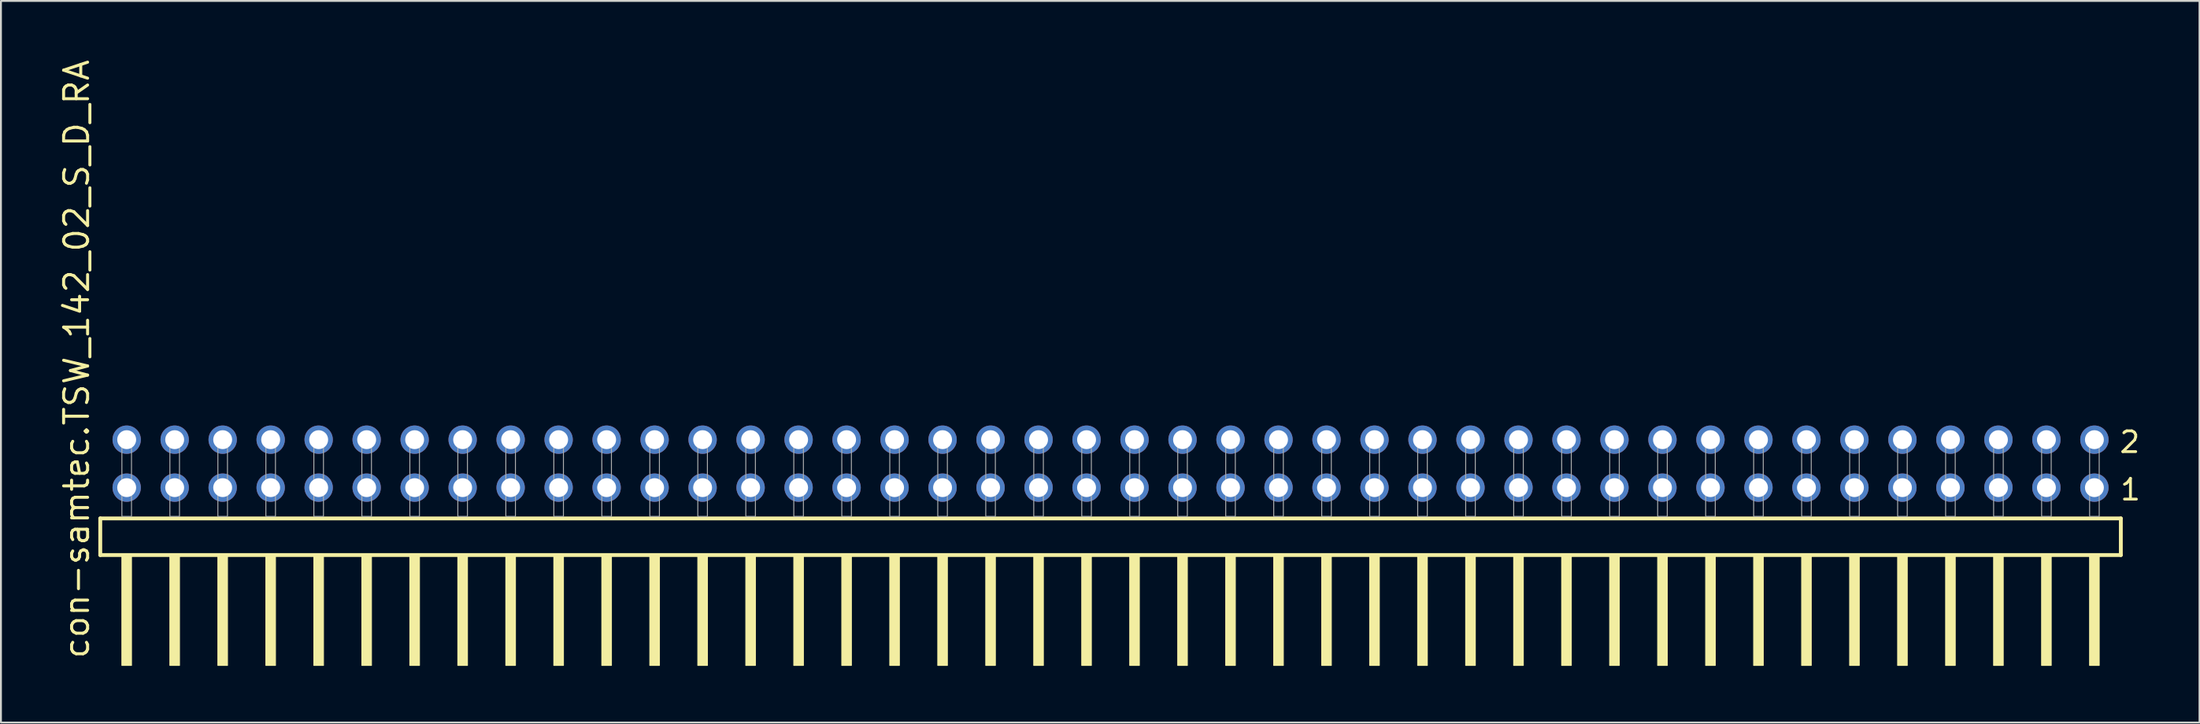
<source format=kicad_pcb>
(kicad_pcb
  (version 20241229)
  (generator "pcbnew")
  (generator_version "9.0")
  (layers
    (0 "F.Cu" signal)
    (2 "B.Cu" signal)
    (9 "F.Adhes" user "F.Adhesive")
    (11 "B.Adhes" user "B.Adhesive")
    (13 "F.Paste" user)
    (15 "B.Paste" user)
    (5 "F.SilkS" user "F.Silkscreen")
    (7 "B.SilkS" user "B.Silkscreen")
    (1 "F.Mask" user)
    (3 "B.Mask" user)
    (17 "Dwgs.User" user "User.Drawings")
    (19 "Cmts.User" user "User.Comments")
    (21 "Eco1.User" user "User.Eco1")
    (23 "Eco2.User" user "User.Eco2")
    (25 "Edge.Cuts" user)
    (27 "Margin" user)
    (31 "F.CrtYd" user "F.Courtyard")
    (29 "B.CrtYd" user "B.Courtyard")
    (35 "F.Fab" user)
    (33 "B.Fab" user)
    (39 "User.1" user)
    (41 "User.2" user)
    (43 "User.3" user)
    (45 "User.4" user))
  (footprint "con-samtec.TSW_142_02_S_D_RA"
    (layer "F.Cu")
    (at 55.725 24.296)
    (property "Reference" "con-samtec.TSW_142_02_S_D_RA" (at -53.975 7.62 90) (layer "F.SilkS") (effects (font (size 1.27 1.27) (thickness 0.16)) (justify left bottom)))
    (attr through_hole)
    (fp_line (start -53.469 0.106) (end -53.469 2.046) (stroke (width 0.203) (type default)) (layer "F.SilkS"))
    (fp_line (start -53.469 2.046) (end 53.469 2.046) (stroke (width 0.203) (type default)) (layer "F.SilkS"))
    (fp_line (start 53.469 0.106) (end -53.469 0.106) (stroke (width 0.203) (type default)) (layer "F.SilkS"))
    (fp_line (start 53.469 2.046) (end 53.469 0.106) (stroke (width 0.203) (type default)) (layer "F.SilkS"))
    (fp_rect (start -52.324 7.89) (end -51.816 2.04) (stroke (width 0.05) (type default)) (fill yes) (layer "F.SilkS"))
    (fp_rect (start -49.784 7.89) (end -49.276 2.04) (stroke (width 0.05) (type default)) (fill yes) (layer "F.SilkS"))
    (fp_rect (start -47.244 7.89) (end -46.736 2.04) (stroke (width 0.05) (type default)) (fill yes) (layer "F.SilkS"))
    (fp_rect (start -44.704 7.89) (end -44.196 2.04) (stroke (width 0.05) (type default)) (fill yes) (layer "F.SilkS"))
    (fp_rect (start -42.164 7.89) (end -41.656 2.04) (stroke (width 0.05) (type default)) (fill yes) (layer "F.SilkS"))
    (fp_rect (start -39.624 7.89) (end -39.116 2.04) (stroke (width 0.05) (type default)) (fill yes) (layer "F.SilkS"))
    (fp_rect (start -37.084 7.89) (end -36.576 2.04) (stroke (width 0.05) (type default)) (fill yes) (layer "F.SilkS"))
    (fp_rect (start -34.544 7.89) (end -34.036 2.04) (stroke (width 0.05) (type default)) (fill yes) (layer "F.SilkS"))
    (fp_rect (start -32.004 7.89) (end -31.496 2.04) (stroke (width 0.05) (type default)) (fill yes) (layer "F.SilkS"))
    (fp_rect (start -29.464 7.89) (end -28.956 2.04) (stroke (width 0.05) (type default)) (fill yes) (layer "F.SilkS"))
    (fp_rect (start -26.924 7.89) (end -26.416 2.04) (stroke (width 0.05) (type default)) (fill yes) (layer "F.SilkS"))
    (fp_rect (start -24.384 7.89) (end -23.876 2.04) (stroke (width 0.05) (type default)) (fill yes) (layer "F.SilkS"))
    (fp_rect (start -21.844 7.89) (end -21.336 2.04) (stroke (width 0.05) (type default)) (fill yes) (layer "F.SilkS"))
    (fp_rect (start -19.304 7.89) (end -18.796 2.04) (stroke (width 0.05) (type default)) (fill yes) (layer "F.SilkS"))
    (fp_rect (start -16.764 7.89) (end -16.256 2.04) (stroke (width 0.05) (type default)) (fill yes) (layer "F.SilkS"))
    (fp_rect (start -14.224 7.89) (end -13.716 2.04) (stroke (width 0.05) (type default)) (fill yes) (layer "F.SilkS"))
    (fp_rect (start -11.684 7.89) (end -11.176 2.04) (stroke (width 0.05) (type default)) (fill yes) (layer "F.SilkS"))
    (fp_rect (start -9.144 7.89) (end -8.636 2.04) (stroke (width 0.05) (type default)) (fill yes) (layer "F.SilkS"))
    (fp_rect (start -6.604 7.89) (end -6.096 2.04) (stroke (width 0.05) (type default)) (fill yes) (layer "F.SilkS"))
    (fp_rect (start -4.064 7.89) (end -3.556 2.04) (stroke (width 0.05) (type default)) (fill yes) (layer "F.SilkS"))
    (fp_rect (start -1.524 7.89) (end -1.016 2.04) (stroke (width 0.05) (type default)) (fill yes) (layer "F.SilkS"))
    (fp_rect (start 1.016 7.89) (end 1.524 2.04) (stroke (width 0.05) (type default)) (fill yes) (layer "F.SilkS"))
    (fp_rect (start 3.556 7.89) (end 4.064 2.04) (stroke (width 0.05) (type default)) (fill yes) (layer "F.SilkS"))
    (fp_rect (start 6.096 7.89) (end 6.604 2.04) (stroke (width 0.05) (type default)) (fill yes) (layer "F.SilkS"))
    (fp_rect (start 8.636 7.89) (end 9.144 2.04) (stroke (width 0.05) (type default)) (fill yes) (layer "F.SilkS"))
    (fp_rect (start 11.176 7.89) (end 11.684 2.04) (stroke (width 0.05) (type default)) (fill yes) (layer "F.SilkS"))
    (fp_rect (start 13.716 7.89) (end 14.224 2.04) (stroke (width 0.05) (type default)) (fill yes) (layer "F.SilkS"))
    (fp_rect (start 16.256 7.89) (end 16.764 2.04) (stroke (width 0.05) (type default)) (fill yes) (layer "F.SilkS"))
    (fp_rect (start 18.796 7.89) (end 19.304 2.04) (stroke (width 0.05) (type default)) (fill yes) (layer "F.SilkS"))
    (fp_rect (start 21.336 7.89) (end 21.844 2.04) (stroke (width 0.05) (type default)) (fill yes) (layer "F.SilkS"))
    (fp_rect (start 23.876 7.89) (end 24.384 2.04) (stroke (width 0.05) (type default)) (fill yes) (layer "F.SilkS"))
    (fp_rect (start 26.416 7.89) (end 26.924 2.04) (stroke (width 0.05) (type default)) (fill yes) (layer "F.SilkS"))
    (fp_rect (start 28.956 7.89) (end 29.464 2.04) (stroke (width 0.05) (type default)) (fill yes) (layer "F.SilkS"))
    (fp_rect (start 31.496 7.89) (end 32.004 2.04) (stroke (width 0.05) (type default)) (fill yes) (layer "F.SilkS"))
    (fp_rect (start 34.036 7.89) (end 34.544 2.04) (stroke (width 0.05) (type default)) (fill yes) (layer "F.SilkS"))
    (fp_rect (start 36.576 7.89) (end 37.084 2.04) (stroke (width 0.05) (type default)) (fill yes) (layer "F.SilkS"))
    (fp_rect (start 39.116 7.89) (end 39.624 2.04) (stroke (width 0.05) (type default)) (fill yes) (layer "F.SilkS"))
    (fp_rect (start 41.656 7.89) (end 42.164 2.04) (stroke (width 0.05) (type default)) (fill yes) (layer "F.SilkS"))
    (fp_rect (start 44.196 7.89) (end 44.704 2.04) (stroke (width 0.05) (type default)) (fill yes) (layer "F.SilkS"))
    (fp_rect (start 46.736 7.89) (end 47.244 2.04) (stroke (width 0.05) (type default)) (fill yes) (layer "F.SilkS"))
    (fp_rect (start 49.276 7.89) (end 49.784 2.04) (stroke (width 0.05) (type default)) (fill yes) (layer "F.SilkS"))
    (fp_rect (start 51.816 7.89) (end 52.324 2.04) (stroke (width 0.05) (type default)) (fill yes) (layer "F.SilkS"))
    (fp_rect (start -52.324 0) (end -51.816 -4.318) (stroke (width 0.05) (type default)) (fill no) (layer "F.Fab"))
    (fp_rect (start -49.784 0) (end -49.276 -4.318) (stroke (width 0.05) (type default)) (fill no) (layer "F.Fab"))
    (fp_rect (start -47.244 0) (end -46.736 -4.318) (stroke (width 0.05) (type default)) (fill no) (layer "F.Fab"))
    (fp_rect (start -44.704 0) (end -44.196 -4.318) (stroke (width 0.05) (type default)) (fill no) (layer "F.Fab"))
    (fp_rect (start -42.164 0) (end -41.656 -4.318) (stroke (width 0.05) (type default)) (fill no) (layer "F.Fab"))
    (fp_rect (start -39.624 0) (end -39.116 -4.318) (stroke (width 0.05) (type default)) (fill no) (layer "F.Fab"))
    (fp_rect (start -37.084 0) (end -36.576 -4.318) (stroke (width 0.05) (type default)) (fill no) (layer "F.Fab"))
    (fp_rect (start -34.544 0) (end -34.036 -4.318) (stroke (width 0.05) (type default)) (fill no) (layer "F.Fab"))
    (fp_rect (start -32.004 0) (end -31.496 -4.318) (stroke (width 0.05) (type default)) (fill no) (layer "F.Fab"))
    (fp_rect (start -29.464 0) (end -28.956 -4.318) (stroke (width 0.05) (type default)) (fill no) (layer "F.Fab"))
    (fp_rect (start -26.924 0) (end -26.416 -4.318) (stroke (width 0.05) (type default)) (fill no) (layer "F.Fab"))
    (fp_rect (start -24.384 0) (end -23.876 -4.318) (stroke (width 0.05) (type default)) (fill no) (layer "F.Fab"))
    (fp_rect (start -21.844 0) (end -21.336 -4.318) (stroke (width 0.05) (type default)) (fill no) (layer "F.Fab"))
    (fp_rect (start -19.304 0) (end -18.796 -4.318) (stroke (width 0.05) (type default)) (fill no) (layer "F.Fab"))
    (fp_rect (start -16.764 0) (end -16.256 -4.318) (stroke (width 0.05) (type default)) (fill no) (layer "F.Fab"))
    (fp_rect (start -14.224 0) (end -13.716 -4.318) (stroke (width 0.05) (type default)) (fill no) (layer "F.Fab"))
    (fp_rect (start -11.684 0) (end -11.176 -4.318) (stroke (width 0.05) (type default)) (fill no) (layer "F.Fab"))
    (fp_rect (start -9.144 0) (end -8.636 -4.318) (stroke (width 0.05) (type default)) (fill no) (layer "F.Fab"))
    (fp_rect (start -6.604 0) (end -6.096 -4.318) (stroke (width 0.05) (type default)) (fill no) (layer "F.Fab"))
    (fp_rect (start -4.064 0) (end -3.556 -4.318) (stroke (width 0.05) (type default)) (fill no) (layer "F.Fab"))
    (fp_rect (start -1.524 0) (end -1.016 -4.318) (stroke (width 0.05) (type default)) (fill no) (layer "F.Fab"))
    (fp_rect (start 1.016 0) (end 1.524 -4.318) (stroke (width 0.05) (type default)) (fill no) (layer "F.Fab"))
    (fp_rect (start 3.556 0) (end 4.064 -4.318) (stroke (width 0.05) (type default)) (fill no) (layer "F.Fab"))
    (fp_rect (start 6.096 0) (end 6.604 -4.318) (stroke (width 0.05) (type default)) (fill no) (layer "F.Fab"))
    (fp_rect (start 8.636 0) (end 9.144 -4.318) (stroke (width 0.05) (type default)) (fill no) (layer "F.Fab"))
    (fp_rect (start 11.176 0) (end 11.684 -4.318) (stroke (width 0.05) (type default)) (fill no) (layer "F.Fab"))
    (fp_rect (start 13.716 0) (end 14.224 -4.318) (stroke (width 0.05) (type default)) (fill no) (layer "F.Fab"))
    (fp_rect (start 16.256 0) (end 16.764 -4.318) (stroke (width 0.05) (type default)) (fill no) (layer "F.Fab"))
    (fp_rect (start 18.796 0) (end 19.304 -4.318) (stroke (width 0.05) (type default)) (fill no) (layer "F.Fab"))
    (fp_rect (start 21.336 0) (end 21.844 -4.318) (stroke (width 0.05) (type default)) (fill no) (layer "F.Fab"))
    (fp_rect (start 23.876 0) (end 24.384 -4.318) (stroke (width 0.05) (type default)) (fill no) (layer "F.Fab"))
    (fp_rect (start 26.416 0) (end 26.924 -4.318) (stroke (width 0.05) (type default)) (fill no) (layer "F.Fab"))
    (fp_rect (start 28.956 0) (end 29.464 -4.318) (stroke (width 0.05) (type default)) (fill no) (layer "F.Fab"))
    (fp_rect (start 31.496 0) (end 32.004 -4.318) (stroke (width 0.05) (type default)) (fill no) (layer "F.Fab"))
    (fp_rect (start 34.036 0) (end 34.544 -4.318) (stroke (width 0.05) (type default)) (fill no) (layer "F.Fab"))
    (fp_rect (start 36.576 0) (end 37.084 -4.318) (stroke (width 0.05) (type default)) (fill no) (layer "F.Fab"))
    (fp_rect (start 39.116 0) (end 39.624 -4.318) (stroke (width 0.05) (type default)) (fill no) (layer "F.Fab"))
    (fp_rect (start 41.656 0) (end 42.164 -4.318) (stroke (width 0.05) (type default)) (fill no) (layer "F.Fab"))
    (fp_rect (start 44.196 0) (end 44.704 -4.318) (stroke (width 0.05) (type default)) (fill no) (layer "F.Fab"))
    (fp_rect (start 46.736 0) (end 47.244 -4.318) (stroke (width 0.05) (type default)) (fill no) (layer "F.Fab"))
    (fp_rect (start 49.276 0) (end 49.784 -4.318) (stroke (width 0.05) (type default)) (fill no) (layer "F.Fab"))
    (fp_rect (start 51.816 0) (end 52.324 -4.318) (stroke (width 0.05) (type default)) (fill no) (layer "F.Fab"))
    (fp_text user "1" (at 53.355 -0.775 0) (layer "F.SilkS") (effects (font (size 1.1 1.1) (thickness 0.15)) (justify left bottom)))
    (fp_text user "2" (at 53.32 -3.29 0) (layer "F.SilkS") (effects (font (size 1.1 1.1) (thickness 0.15)) (justify left bottom)))
    (pad "1" thru_hole circle (at 52.07 -1.524 180) (size 1.5 1.5) (drill 1) (layers "*.Cu" "*.Mask"))
    (pad "2" thru_hole circle (at 52.07 -4.064 180) (size 1.5 1.5) (drill 1) (layers "*.Cu" "*.Mask"))
    (pad "3" thru_hole circle (at 49.53 -1.524 180) (size 1.5 1.5) (drill 1) (layers "*.Cu" "*.Mask"))
    (pad "4" thru_hole circle (at 49.53 -4.064 180) (size 1.5 1.5) (drill 1) (layers "*.Cu" "*.Mask"))
    (pad "5" thru_hole circle (at 46.99 -1.524 180) (size 1.5 1.5) (drill 1) (layers "*.Cu" "*.Mask"))
    (pad "6" thru_hole circle (at 46.99 -4.064 180) (size 1.5 1.5) (drill 1) (layers "*.Cu" "*.Mask"))
    (pad "7" thru_hole circle (at 44.45 -1.524 180) (size 1.5 1.5) (drill 1) (layers "*.Cu" "*.Mask"))
    (pad "8" thru_hole circle (at 44.45 -4.064 180) (size 1.5 1.5) (drill 1) (layers "*.Cu" "*.Mask"))
    (pad "9" thru_hole circle (at 41.91 -1.524 180) (size 1.5 1.5) (drill 1) (layers "*.Cu" "*.Mask"))
    (pad "10" thru_hole circle (at 41.91 -4.064 180) (size 1.5 1.5) (drill 1) (layers "*.Cu" "*.Mask"))
    (pad "11" thru_hole circle (at 39.37 -1.524 180) (size 1.5 1.5) (drill 1) (layers "*.Cu" "*.Mask"))
    (pad "12" thru_hole circle (at 39.37 -4.064 180) (size 1.5 1.5) (drill 1) (layers "*.Cu" "*.Mask"))
    (pad "13" thru_hole circle (at 36.83 -1.524 180) (size 1.5 1.5) (drill 1) (layers "*.Cu" "*.Mask"))
    (pad "14" thru_hole circle (at 36.83 -4.064 180) (size 1.5 1.5) (drill 1) (layers "*.Cu" "*.Mask"))
    (pad "15" thru_hole circle (at 34.29 -1.524 180) (size 1.5 1.5) (drill 1) (layers "*.Cu" "*.Mask"))
    (pad "16" thru_hole circle (at 34.29 -4.064 180) (size 1.5 1.5) (drill 1) (layers "*.Cu" "*.Mask"))
    (pad "17" thru_hole circle (at 31.75 -1.524 180) (size 1.5 1.5) (drill 1) (layers "*.Cu" "*.Mask"))
    (pad "18" thru_hole circle (at 31.75 -4.064 180) (size 1.5 1.5) (drill 1) (layers "*.Cu" "*.Mask"))
    (pad "19" thru_hole circle (at 29.21 -1.524 180) (size 1.5 1.5) (drill 1) (layers "*.Cu" "*.Mask"))
    (pad "20" thru_hole circle (at 29.21 -4.064 180) (size 1.5 1.5) (drill 1) (layers "*.Cu" "*.Mask"))
    (pad "21" thru_hole circle (at 26.67 -1.524 180) (size 1.5 1.5) (drill 1) (layers "*.Cu" "*.Mask"))
    (pad "22" thru_hole circle (at 26.67 -4.064 180) (size 1.5 1.5) (drill 1) (layers "*.Cu" "*.Mask"))
    (pad "23" thru_hole circle (at 24.13 -1.524 180) (size 1.5 1.5) (drill 1) (layers "*.Cu" "*.Mask"))
    (pad "24" thru_hole circle (at 24.13 -4.064 180) (size 1.5 1.5) (drill 1) (layers "*.Cu" "*.Mask"))
    (pad "25" thru_hole circle (at 21.59 -1.524 180) (size 1.5 1.5) (drill 1) (layers "*.Cu" "*.Mask"))
    (pad "26" thru_hole circle (at 21.59 -4.064 180) (size 1.5 1.5) (drill 1) (layers "*.Cu" "*.Mask"))
    (pad "27" thru_hole circle (at 19.05 -1.524 180) (size 1.5 1.5) (drill 1) (layers "*.Cu" "*.Mask"))
    (pad "28" thru_hole circle (at 19.05 -4.064 180) (size 1.5 1.5) (drill 1) (layers "*.Cu" "*.Mask"))
    (pad "29" thru_hole circle (at 16.51 -1.524 180) (size 1.5 1.5) (drill 1) (layers "*.Cu" "*.Mask"))
    (pad "30" thru_hole circle (at 16.51 -4.064 180) (size 1.5 1.5) (drill 1) (layers "*.Cu" "*.Mask"))
    (pad "31" thru_hole circle (at 13.97 -1.524 180) (size 1.5 1.5) (drill 1) (layers "*.Cu" "*.Mask"))
    (pad "32" thru_hole circle (at 13.97 -4.064 180) (size 1.5 1.5) (drill 1) (layers "*.Cu" "*.Mask"))
    (pad "33" thru_hole circle (at 11.43 -1.524 180) (size 1.5 1.5) (drill 1) (layers "*.Cu" "*.Mask"))
    (pad "34" thru_hole circle (at 11.43 -4.064 180) (size 1.5 1.5) (drill 1) (layers "*.Cu" "*.Mask"))
    (pad "35" thru_hole circle (at 8.89 -1.524 180) (size 1.5 1.5) (drill 1) (layers "*.Cu" "*.Mask"))
    (pad "36" thru_hole circle (at 8.89 -4.064 180) (size 1.5 1.5) (drill 1) (layers "*.Cu" "*.Mask"))
    (pad "37" thru_hole circle (at 6.35 -1.524 180) (size 1.5 1.5) (drill 1) (layers "*.Cu" "*.Mask"))
    (pad "38" thru_hole circle (at 6.35 -4.064 180) (size 1.5 1.5) (drill 1) (layers "*.Cu" "*.Mask"))
    (pad "39" thru_hole circle (at 3.81 -1.524 180) (size 1.5 1.5) (drill 1) (layers "*.Cu" "*.Mask"))
    (pad "40" thru_hole circle (at 3.81 -4.064 180) (size 1.5 1.5) (drill 1) (layers "*.Cu" "*.Mask"))
    (pad "41" thru_hole circle (at 1.27 -1.524 180) (size 1.5 1.5) (drill 1) (layers "*.Cu" "*.Mask"))
    (pad "42" thru_hole circle (at 1.27 -4.064 180) (size 1.5 1.5) (drill 1) (layers "*.Cu" "*.Mask"))
    (pad "43" thru_hole circle (at -1.27 -1.524 180) (size 1.5 1.5) (drill 1) (layers "*.Cu" "*.Mask"))
    (pad "44" thru_hole circle (at -1.27 -4.064 180) (size 1.5 1.5) (drill 1) (layers "*.Cu" "*.Mask"))
    (pad "45" thru_hole circle (at -3.81 -1.524 180) (size 1.5 1.5) (drill 1) (layers "*.Cu" "*.Mask"))
    (pad "46" thru_hole circle (at -3.81 -4.064 180) (size 1.5 1.5) (drill 1) (layers "*.Cu" "*.Mask"))
    (pad "47" thru_hole circle (at -6.35 -1.524 180) (size 1.5 1.5) (drill 1) (layers "*.Cu" "*.Mask"))
    (pad "48" thru_hole circle (at -6.35 -4.064 180) (size 1.5 1.5) (drill 1) (layers "*.Cu" "*.Mask"))
    (pad "49" thru_hole circle (at -8.89 -1.524 180) (size 1.5 1.5) (drill 1) (layers "*.Cu" "*.Mask"))
    (pad "50" thru_hole circle (at -8.89 -4.064 180) (size 1.5 1.5) (drill 1) (layers "*.Cu" "*.Mask"))
    (pad "51" thru_hole circle (at -11.43 -1.524 180) (size 1.5 1.5) (drill 1) (layers "*.Cu" "*.Mask"))
    (pad "52" thru_hole circle (at -11.43 -4.064 180) (size 1.5 1.5) (drill 1) (layers "*.Cu" "*.Mask"))
    (pad "53" thru_hole circle (at -13.97 -1.524 180) (size 1.5 1.5) (drill 1) (layers "*.Cu" "*.Mask"))
    (pad "54" thru_hole circle (at -13.97 -4.064 180) (size 1.5 1.5) (drill 1) (layers "*.Cu" "*.Mask"))
    (pad "55" thru_hole circle (at -16.51 -1.524 180) (size 1.5 1.5) (drill 1) (layers "*.Cu" "*.Mask"))
    (pad "56" thru_hole circle (at -16.51 -4.064 180) (size 1.5 1.5) (drill 1) (layers "*.Cu" "*.Mask"))
    (pad "57" thru_hole circle (at -19.05 -1.524 180) (size 1.5 1.5) (drill 1) (layers "*.Cu" "*.Mask"))
    (pad "58" thru_hole circle (at -19.05 -4.064 180) (size 1.5 1.5) (drill 1) (layers "*.Cu" "*.Mask"))
    (pad "59" thru_hole circle (at -21.59 -1.524 180) (size 1.5 1.5) (drill 1) (layers "*.Cu" "*.Mask"))
    (pad "60" thru_hole circle (at -21.59 -4.064 180) (size 1.5 1.5) (drill 1) (layers "*.Cu" "*.Mask"))
    (pad "61" thru_hole circle (at -24.13 -1.524 180) (size 1.5 1.5) (drill 1) (layers "*.Cu" "*.Mask"))
    (pad "62" thru_hole circle (at -24.13 -4.064 180) (size 1.5 1.5) (drill 1) (layers "*.Cu" "*.Mask"))
    (pad "63" thru_hole circle (at -26.67 -1.524 180) (size 1.5 1.5) (drill 1) (layers "*.Cu" "*.Mask"))
    (pad "64" thru_hole circle (at -26.67 -4.064 180) (size 1.5 1.5) (drill 1) (layers "*.Cu" "*.Mask"))
    (pad "65" thru_hole circle (at -29.21 -1.524 180) (size 1.5 1.5) (drill 1) (layers "*.Cu" "*.Mask"))
    (pad "66" thru_hole circle (at -29.21 -4.064 180) (size 1.5 1.5) (drill 1) (layers "*.Cu" "*.Mask"))
    (pad "67" thru_hole circle (at -31.75 -1.524 180) (size 1.5 1.5) (drill 1) (layers "*.Cu" "*.Mask"))
    (pad "68" thru_hole circle (at -31.75 -4.064 180) (size 1.5 1.5) (drill 1) (layers "*.Cu" "*.Mask"))
    (pad "69" thru_hole circle (at -34.29 -1.524 180) (size 1.5 1.5) (drill 1) (layers "*.Cu" "*.Mask"))
    (pad "70" thru_hole circle (at -34.29 -4.064 180) (size 1.5 1.5) (drill 1) (layers "*.Cu" "*.Mask"))
    (pad "71" thru_hole circle (at -36.83 -1.524 180) (size 1.5 1.5) (drill 1) (layers "*.Cu" "*.Mask"))
    (pad "72" thru_hole circle (at -36.83 -4.064 180) (size 1.5 1.5) (drill 1) (layers "*.Cu" "*.Mask"))
    (pad "73" thru_hole circle (at -39.37 -1.524 180) (size 1.5 1.5) (drill 1) (layers "*.Cu" "*.Mask"))
    (pad "74" thru_hole circle (at -39.37 -4.064 180) (size 1.5 1.5) (drill 1) (layers "*.Cu" "*.Mask"))
    (pad "75" thru_hole circle (at -41.91 -1.524 180) (size 1.5 1.5) (drill 1) (layers "*.Cu" "*.Mask"))
    (pad "76" thru_hole circle (at -41.91 -4.064 180) (size 1.5 1.5) (drill 1) (layers "*.Cu" "*.Mask"))
    (pad "77" thru_hole circle (at -44.45 -1.524 180) (size 1.5 1.5) (drill 1) (layers "*.Cu" "*.Mask"))
    (pad "78" thru_hole circle (at -44.45 -4.064 180) (size 1.5 1.5) (drill 1) (layers "*.Cu" "*.Mask"))
    (pad "79" thru_hole circle (at -46.99 -1.524 180) (size 1.5 1.5) (drill 1) (layers "*.Cu" "*.Mask"))
    (pad "80" thru_hole circle (at -46.99 -4.064 180) (size 1.5 1.5) (drill 1) (layers "*.Cu" "*.Mask"))
    (pad "81" thru_hole circle (at -49.53 -1.524 180) (size 1.5 1.5) (drill 1) (layers "*.Cu" "*.Mask"))
    (pad "82" thru_hole circle (at -49.53 -4.064 180) (size 1.5 1.5) (drill 1) (layers "*.Cu" "*.Mask"))
    (pad "83" thru_hole circle (at -52.07 -1.524 180) (size 1.5 1.5) (drill 1) (layers "*.Cu" "*.Mask"))
    (pad "84" thru_hole circle (at -52.07 -4.064 180) (size 1.5 1.5) (drill 1) (layers "*.Cu" "*.Mask")))
  (gr_rect
    (start -3 -3)
    (end 113.358 35.211)
    (stroke (width 0.1) (type default))
    (fill no)
    (layer "Edge.Cuts")))
</source>
